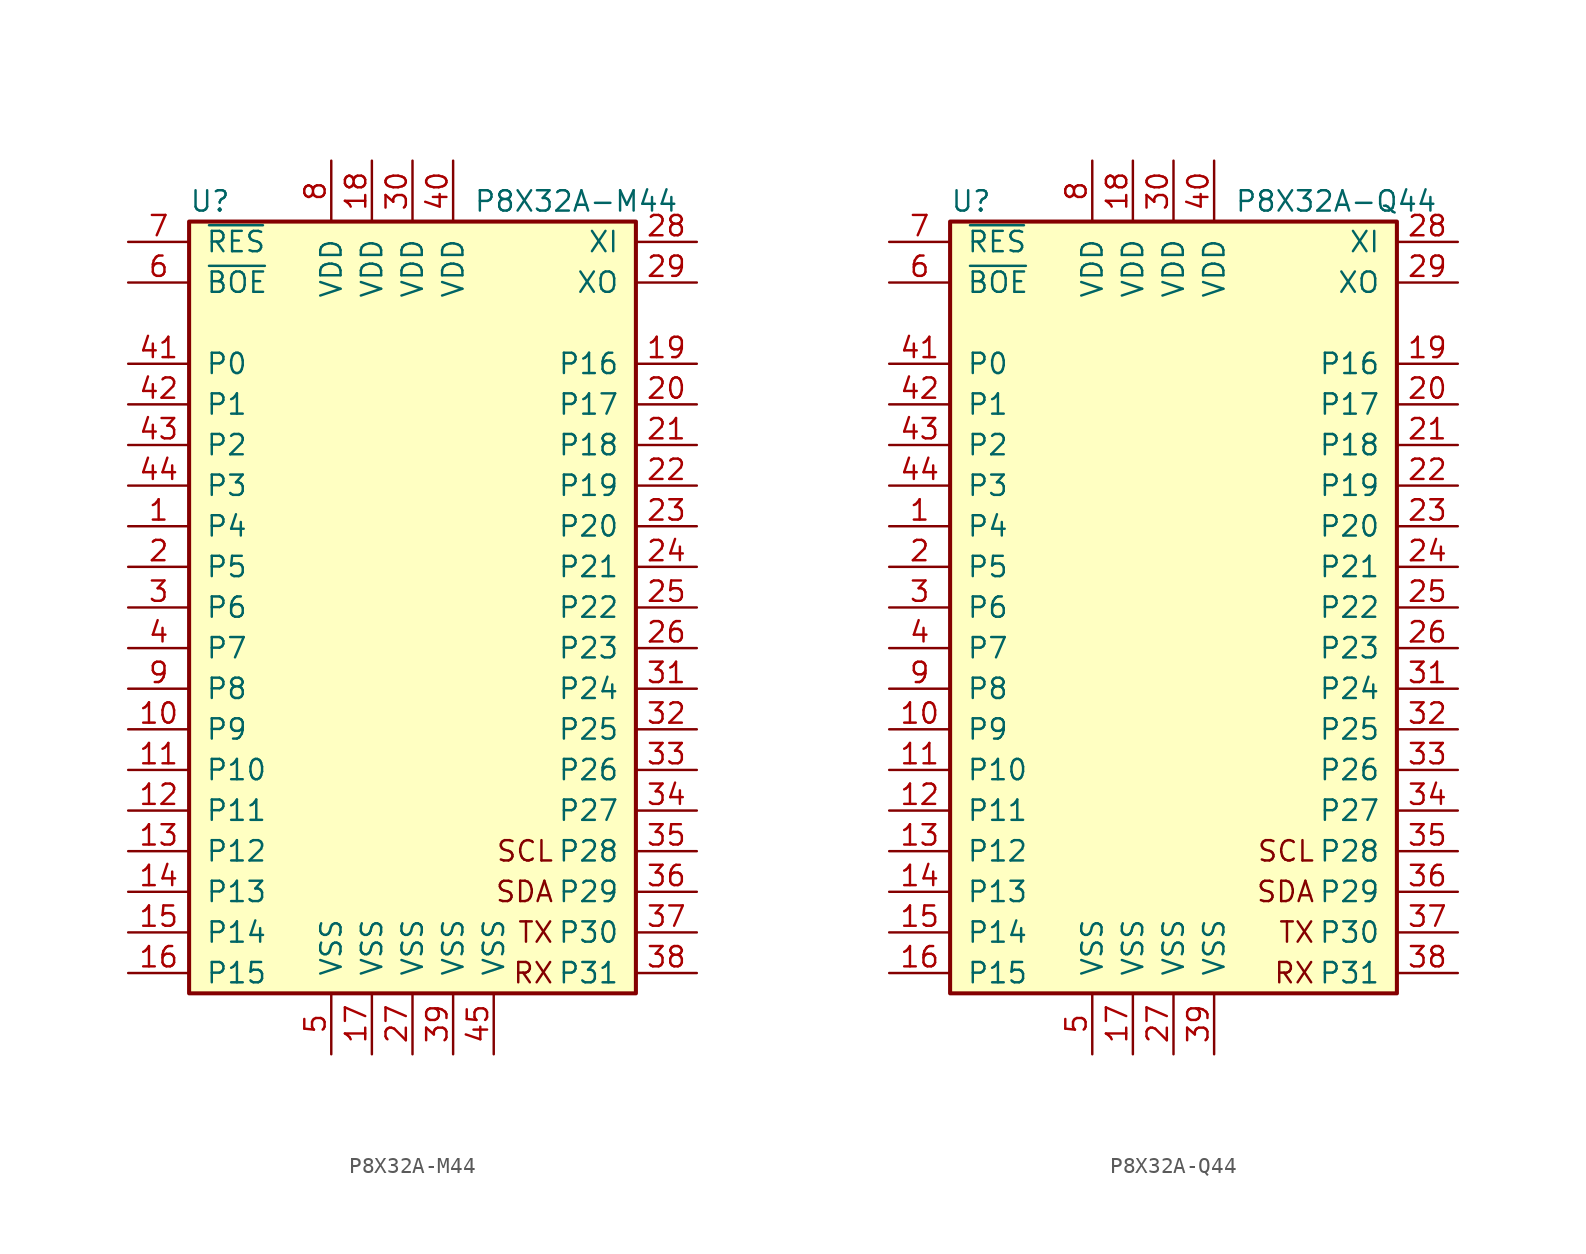
<source format=kicad_sym>
(kicad_symbol_lib
  (version 20231120)
  (generator "kicad_symbol_editor")
  (generator_version "8.0")
  (symbol "P8X32A-M44"
    (pin_names
      (offset 1.016))
    (property "Reference" "U"
      (at -13.97 25.4 0)
      (effects (font (size 1.27 1.27)) (justify left)))
    (property "Value" "P8X32A-M44"
      (at 3.81 25.4 0)
      (effects (font (size 1.27 1.27)) (justify left)))
    (symbol "P8X32A-M44_0_1"
      (rectangle (start -13.97 24.13) (end 13.97 -24.13) (stroke (width 0.254) (type default)) (fill (type background)))
      (text "RX" (at 8.89 -22.86 0) (effects (font (size 1.27 1.27)) (justify right)))
      (text "SCL" (at 8.89 -15.24 0) (effects (font (size 1.27 1.27)) (justify right)))
      (text "SDA" (at 8.89 -17.78 0) (effects (font (size 1.27 1.27)) (justify right)))
      (text "TX" (at 8.89 -20.32 0) (effects (font (size 1.27 1.27)) (justify right)))
      (pin bidirectional line (at -17.78 5.08 0) (length 3.81) (name "P4" (effects (font (size 1.27 1.27)))) (number "1" (effects (font (size 1.27 1.27)))))
      (pin bidirectional line (at -17.78 -7.62 0) (length 3.81) (name "P9" (effects (font (size 1.27 1.27)))) (number "10" (effects (font (size 1.27 1.27)))))
      (pin bidirectional line (at -17.78 -10.16 0) (length 3.81) (name "P10" (effects (font (size 1.27 1.27)))) (number "11" (effects (font (size 1.27 1.27)))))
      (pin bidirectional line (at -17.78 -12.7 0) (length 3.81) (name "P11" (effects (font (size 1.27 1.27)))) (number "12" (effects (font (size 1.27 1.27)))))
      (pin bidirectional line (at -17.78 -15.24 0) (length 3.81) (name "P12" (effects (font (size 1.27 1.27)))) (number "13" (effects (font (size 1.27 1.27)))))
      (pin bidirectional line (at -17.78 -17.78 0) (length 3.81) (name "P13" (effects (font (size 1.27 1.27)))) (number "14" (effects (font (size 1.27 1.27)))))
      (pin bidirectional line (at -17.78 -20.32 0) (length 3.81) (name "P14" (effects (font (size 1.27 1.27)))) (number "15" (effects (font (size 1.27 1.27)))))
      (pin bidirectional line (at -17.78 -22.86 0) (length 3.81) (name "P15" (effects (font (size 1.27 1.27)))) (number "16" (effects (font (size 1.27 1.27)))))
      (pin power_in line (at -2.54 -27.94 90) (length 3.81) (name "VSS" (effects (font (size 1.27 1.27)))) (number "17" (effects (font (size 1.27 1.27)))))
      (pin power_in line (at -2.54 27.94 270) (length 3.81) (name "VDD" (effects (font (size 1.27 1.27)))) (number "18" (effects (font (size 1.27 1.27)))))
      (pin bidirectional line (at 17.78 15.24 180) (length 3.81) (name "P16" (effects (font (size 1.27 1.27)))) (number "19" (effects (font (size 1.27 1.27)))))
      (pin bidirectional line (at -17.78 2.54 0) (length 3.81) (name "P5" (effects (font (size 1.27 1.27)))) (number "2" (effects (font (size 1.27 1.27)))))
      (pin bidirectional line (at 17.78 12.7 180) (length 3.81) (name "P17" (effects (font (size 1.27 1.27)))) (number "20" (effects (font (size 1.27 1.27)))))
      (pin bidirectional line (at 17.78 10.16 180) (length 3.81) (name "P18" (effects (font (size 1.27 1.27)))) (number "21" (effects (font (size 1.27 1.27)))))
      (pin bidirectional line (at 17.78 7.62 180) (length 3.81) (name "P19" (effects (font (size 1.27 1.27)))) (number "22" (effects (font (size 1.27 1.27)))))
      (pin bidirectional line (at 17.78 5.08 180) (length 3.81) (name "P20" (effects (font (size 1.27 1.27)))) (number "23" (effects (font (size 1.27 1.27)))))
      (pin bidirectional line (at 17.78 2.54 180) (length 3.81) (name "P21" (effects (font (size 1.27 1.27)))) (number "24" (effects (font (size 1.27 1.27)))))
      (pin bidirectional line (at 17.78 0 180) (length 3.81) (name "P22" (effects (font (size 1.27 1.27)))) (number "25" (effects (font (size 1.27 1.27)))))
      (pin bidirectional line (at 17.78 -2.54 180) (length 3.81) (name "P23" (effects (font (size 1.27 1.27)))) (number "26" (effects (font (size 1.27 1.27)))))
      (pin power_in line (at 0 -27.94 90) (length 3.81) (name "VSS" (effects (font (size 1.27 1.27)))) (number "27" (effects (font (size 1.27 1.27)))))
      (pin input line (at 17.78 22.86 180) (length 3.81) (name "XI" (effects (font (size 1.27 1.27)))) (number "28" (effects (font (size 1.27 1.27)))))
      (pin output line (at 17.78 20.32 180) (length 3.81) (name "XO" (effects (font (size 1.27 1.27)))) (number "29" (effects (font (size 1.27 1.27)))))
      (pin bidirectional line (at -17.78 0 0) (length 3.81) (name "P6" (effects (font (size 1.27 1.27)))) (number "3" (effects (font (size 1.27 1.27)))))
      (pin power_in line (at 0 27.94 270) (length 3.81) (name "VDD" (effects (font (size 1.27 1.27)))) (number "30" (effects (font (size 1.27 1.27)))))
      (pin bidirectional line (at 17.78 -5.08 180) (length 3.81) (name "P24" (effects (font (size 1.27 1.27)))) (number "31" (effects (font (size 1.27 1.27)))))
      (pin bidirectional line (at 17.78 -7.62 180) (length 3.81) (name "P25" (effects (font (size 1.27 1.27)))) (number "32" (effects (font (size 1.27 1.27)))))
      (pin bidirectional line (at 17.78 -10.16 180) (length 3.81) (name "P26" (effects (font (size 1.27 1.27)))) (number "33" (effects (font (size 1.27 1.27)))))
      (pin bidirectional line (at 17.78 -12.7 180) (length 3.81) (name "P27" (effects (font (size 1.27 1.27)))) (number "34" (effects (font (size 1.27 1.27)))))
      (pin bidirectional line (at 17.78 -15.24 180) (length 3.81) (name "P28" (effects (font (size 1.27 1.27)))) (number "35" (effects (font (size 1.27 1.27)))))
      (pin bidirectional line (at 17.78 -17.78 180) (length 3.81) (name "P29" (effects (font (size 1.27 1.27)))) (number "36" (effects (font (size 1.27 1.27)))))
      (pin bidirectional line (at 17.78 -20.32 180) (length 3.81) (name "P30" (effects (font (size 1.27 1.27)))) (number "37" (effects (font (size 1.27 1.27)))))
      (pin bidirectional line (at 17.78 -22.86 180) (length 3.81) (name "P31" (effects (font (size 1.27 1.27)))) (number "38" (effects (font (size 1.27 1.27)))))
      (pin power_in line (at 2.54 -27.94 90) (length 3.81) (name "VSS" (effects (font (size 1.27 1.27)))) (number "39" (effects (font (size 1.27 1.27)))))
      (pin bidirectional line (at -17.78 -2.54 0) (length 3.81) (name "P7" (effects (font (size 1.27 1.27)))) (number "4" (effects (font (size 1.27 1.27)))))
      (pin power_in line (at 2.54 27.94 270) (length 3.81) (name "VDD" (effects (font (size 1.27 1.27)))) (number "40" (effects (font (size 1.27 1.27)))))
      (pin bidirectional line (at -17.78 15.24 0) (length 3.81) (name "P0" (effects (font (size 1.27 1.27)))) (number "41" (effects (font (size 1.27 1.27)))))
      (pin bidirectional line (at -17.78 12.7 0) (length 3.81) (name "P1" (effects (font (size 1.27 1.27)))) (number "42" (effects (font (size 1.27 1.27)))))
      (pin bidirectional line (at -17.78 10.16 0) (length 3.81) (name "P2" (effects (font (size 1.27 1.27)))) (number "43" (effects (font (size 1.27 1.27)))))
      (pin bidirectional line (at -17.78 7.62 0) (length 3.81) (name "P3" (effects (font (size 1.27 1.27)))) (number "44" (effects (font (size 1.27 1.27)))))
      (pin power_in line (at 5.08 -27.94 90) (length 3.81) (name "VSS" (effects (font (size 1.27 1.27)))) (number "45" (effects (font (size 1.27 1.27)))))
      (pin power_in line (at -5.08 -27.94 90) (length 3.81) (name "VSS" (effects (font (size 1.27 1.27)))) (number "5" (effects (font (size 1.27 1.27)))))
      (pin input line (at -17.78 20.32 0) (length 3.81) (name "~{BOE}" (effects (font (size 1.27 1.27)))) (number "6" (effects (font (size 1.27 1.27)))))
      (pin bidirectional line (at -17.78 22.86 0) (length 3.81) (name "~{RES}" (effects (font (size 1.27 1.27)))) (number "7" (effects (font (size 1.27 1.27)))))
      (pin power_in line (at -5.08 27.94 270) (length 3.81) (name "VDD" (effects (font (size 1.27 1.27)))) (number "8" (effects (font (size 1.27 1.27)))))
      (pin bidirectional line (at -17.78 -5.08 0) (length 3.81) (name "P8" (effects (font (size 1.27 1.27)))) (number "9" (effects (font (size 1.27 1.27)))))))
  (symbol "P8X32A-Q44"
    (pin_names
      (offset 1.016))
    (property "Reference" "U"
      (at -13.97 25.4 0)
      (effects (font (size 1.27 1.27)) (justify left)))
    (property "Value" "P8X32A-Q44"
      (at 3.81 25.4 0)
      (effects (font (size 1.27 1.27)) (justify left)))
    (symbol "P8X32A-Q44_0_1"
      (rectangle (start -13.97 24.13) (end 13.97 -24.13) (stroke (width 0.254) (type default)) (fill (type background)))
      (text "RX" (at 8.89 -22.86 0) (effects (font (size 1.27 1.27)) (justify right)))
      (text "SCL" (at 8.89 -15.24 0) (effects (font (size 1.27 1.27)) (justify right)))
      (text "SDA" (at 8.89 -17.78 0) (effects (font (size 1.27 1.27)) (justify right)))
      (text "TX" (at 8.89 -20.32 0) (effects (font (size 1.27 1.27)) (justify right)))
      (pin bidirectional line (at -17.78 5.08 0) (length 3.81) (name "P4" (effects (font (size 1.27 1.27)))) (number "1" (effects (font (size 1.27 1.27)))))
      (pin bidirectional line (at -17.78 -7.62 0) (length 3.81) (name "P9" (effects (font (size 1.27 1.27)))) (number "10" (effects (font (size 1.27 1.27)))))
      (pin bidirectional line (at -17.78 -10.16 0) (length 3.81) (name "P10" (effects (font (size 1.27 1.27)))) (number "11" (effects (font (size 1.27 1.27)))))
      (pin bidirectional line (at -17.78 -12.7 0) (length 3.81) (name "P11" (effects (font (size 1.27 1.27)))) (number "12" (effects (font (size 1.27 1.27)))))
      (pin bidirectional line (at -17.78 -15.24 0) (length 3.81) (name "P12" (effects (font (size 1.27 1.27)))) (number "13" (effects (font (size 1.27 1.27)))))
      (pin bidirectional line (at -17.78 -17.78 0) (length 3.81) (name "P13" (effects (font (size 1.27 1.27)))) (number "14" (effects (font (size 1.27 1.27)))))
      (pin bidirectional line (at -17.78 -20.32 0) (length 3.81) (name "P14" (effects (font (size 1.27 1.27)))) (number "15" (effects (font (size 1.27 1.27)))))
      (pin bidirectional line (at -17.78 -22.86 0) (length 3.81) (name "P15" (effects (font (size 1.27 1.27)))) (number "16" (effects (font (size 1.27 1.27)))))
      (pin power_in line (at -2.54 -27.94 90) (length 3.81) (name "VSS" (effects (font (size 1.27 1.27)))) (number "17" (effects (font (size 1.27 1.27)))))
      (pin power_in line (at -2.54 27.94 270) (length 3.81) (name "VDD" (effects (font (size 1.27 1.27)))) (number "18" (effects (font (size 1.27 1.27)))))
      (pin bidirectional line (at 17.78 15.24 180) (length 3.81) (name "P16" (effects (font (size 1.27 1.27)))) (number "19" (effects (font (size 1.27 1.27)))))
      (pin bidirectional line (at -17.78 2.54 0) (length 3.81) (name "P5" (effects (font (size 1.27 1.27)))) (number "2" (effects (font (size 1.27 1.27)))))
      (pin bidirectional line (at 17.78 12.7 180) (length 3.81) (name "P17" (effects (font (size 1.27 1.27)))) (number "20" (effects (font (size 1.27 1.27)))))
      (pin bidirectional line (at 17.78 10.16 180) (length 3.81) (name "P18" (effects (font (size 1.27 1.27)))) (number "21" (effects (font (size 1.27 1.27)))))
      (pin bidirectional line (at 17.78 7.62 180) (length 3.81) (name "P19" (effects (font (size 1.27 1.27)))) (number "22" (effects (font (size 1.27 1.27)))))
      (pin bidirectional line (at 17.78 5.08 180) (length 3.81) (name "P20" (effects (font (size 1.27 1.27)))) (number "23" (effects (font (size 1.27 1.27)))))
      (pin bidirectional line (at 17.78 2.54 180) (length 3.81) (name "P21" (effects (font (size 1.27 1.27)))) (number "24" (effects (font (size 1.27 1.27)))))
      (pin bidirectional line (at 17.78 0 180) (length 3.81) (name "P22" (effects (font (size 1.27 1.27)))) (number "25" (effects (font (size 1.27 1.27)))))
      (pin bidirectional line (at 17.78 -2.54 180) (length 3.81) (name "P23" (effects (font (size 1.27 1.27)))) (number "26" (effects (font (size 1.27 1.27)))))
      (pin power_in line (at 0 -27.94 90) (length 3.81) (name "VSS" (effects (font (size 1.27 1.27)))) (number "27" (effects (font (size 1.27 1.27)))))
      (pin input line (at 17.78 22.86 180) (length 3.81) (name "XI" (effects (font (size 1.27 1.27)))) (number "28" (effects (font (size 1.27 1.27)))))
      (pin output line (at 17.78 20.32 180) (length 3.81) (name "XO" (effects (font (size 1.27 1.27)))) (number "29" (effects (font (size 1.27 1.27)))))
      (pin bidirectional line (at -17.78 0 0) (length 3.81) (name "P6" (effects (font (size 1.27 1.27)))) (number "3" (effects (font (size 1.27 1.27)))))
      (pin power_in line (at 0 27.94 270) (length 3.81) (name "VDD" (effects (font (size 1.27 1.27)))) (number "30" (effects (font (size 1.27 1.27)))))
      (pin bidirectional line (at 17.78 -5.08 180) (length 3.81) (name "P24" (effects (font (size 1.27 1.27)))) (number "31" (effects (font (size 1.27 1.27)))))
      (pin bidirectional line (at 17.78 -7.62 180) (length 3.81) (name "P25" (effects (font (size 1.27 1.27)))) (number "32" (effects (font (size 1.27 1.27)))))
      (pin bidirectional line (at 17.78 -10.16 180) (length 3.81) (name "P26" (effects (font (size 1.27 1.27)))) (number "33" (effects (font (size 1.27 1.27)))))
      (pin bidirectional line (at 17.78 -12.7 180) (length 3.81) (name "P27" (effects (font (size 1.27 1.27)))) (number "34" (effects (font (size 1.27 1.27)))))
      (pin bidirectional line (at 17.78 -15.24 180) (length 3.81) (name "P28" (effects (font (size 1.27 1.27)))) (number "35" (effects (font (size 1.27 1.27)))))
      (pin bidirectional line (at 17.78 -17.78 180) (length 3.81) (name "P29" (effects (font (size 1.27 1.27)))) (number "36" (effects (font (size 1.27 1.27)))))
      (pin bidirectional line (at 17.78 -20.32 180) (length 3.81) (name "P30" (effects (font (size 1.27 1.27)))) (number "37" (effects (font (size 1.27 1.27)))))
      (pin bidirectional line (at 17.78 -22.86 180) (length 3.81) (name "P31" (effects (font (size 1.27 1.27)))) (number "38" (effects (font (size 1.27 1.27)))))
      (pin power_in line (at 2.54 -27.94 90) (length 3.81) (name "VSS" (effects (font (size 1.27 1.27)))) (number "39" (effects (font (size 1.27 1.27)))))
      (pin bidirectional line (at -17.78 -2.54 0) (length 3.81) (name "P7" (effects (font (size 1.27 1.27)))) (number "4" (effects (font (size 1.27 1.27)))))
      (pin power_in line (at 2.54 27.94 270) (length 3.81) (name "VDD" (effects (font (size 1.27 1.27)))) (number "40" (effects (font (size 1.27 1.27)))))
      (pin bidirectional line (at -17.78 15.24 0) (length 3.81) (name "P0" (effects (font (size 1.27 1.27)))) (number "41" (effects (font (size 1.27 1.27)))))
      (pin bidirectional line (at -17.78 12.7 0) (length 3.81) (name "P1" (effects (font (size 1.27 1.27)))) (number "42" (effects (font (size 1.27 1.27)))))
      (pin bidirectional line (at -17.78 10.16 0) (length 3.81) (name "P2" (effects (font (size 1.27 1.27)))) (number "43" (effects (font (size 1.27 1.27)))))
      (pin bidirectional line (at -17.78 7.62 0) (length 3.81) (name "P3" (effects (font (size 1.27 1.27)))) (number "44" (effects (font (size 1.27 1.27)))))
      (pin power_in line (at -5.08 -27.94 90) (length 3.81) (name "VSS" (effects (font (size 1.27 1.27)))) (number "5" (effects (font (size 1.27 1.27)))))
      (pin input line (at -17.78 20.32 0) (length 3.81) (name "~{BOE}" (effects (font (size 1.27 1.27)))) (number "6" (effects (font (size 1.27 1.27)))))
      (pin bidirectional line (at -17.78 22.86 0) (length 3.81) (name "~{RES}" (effects (font (size 1.27 1.27)))) (number "7" (effects (font (size 1.27 1.27)))))
      (pin power_in line (at -5.08 27.94 270) (length 3.81) (name "VDD" (effects (font (size 1.27 1.27)))) (number "8" (effects (font (size 1.27 1.27)))))
      (pin bidirectional line (at -17.78 -5.08 0) (length 3.81) (name "P8" (effects (font (size 1.27 1.27)))) (number "9" (effects (font (size 1.27 1.27))))))))
</source>
